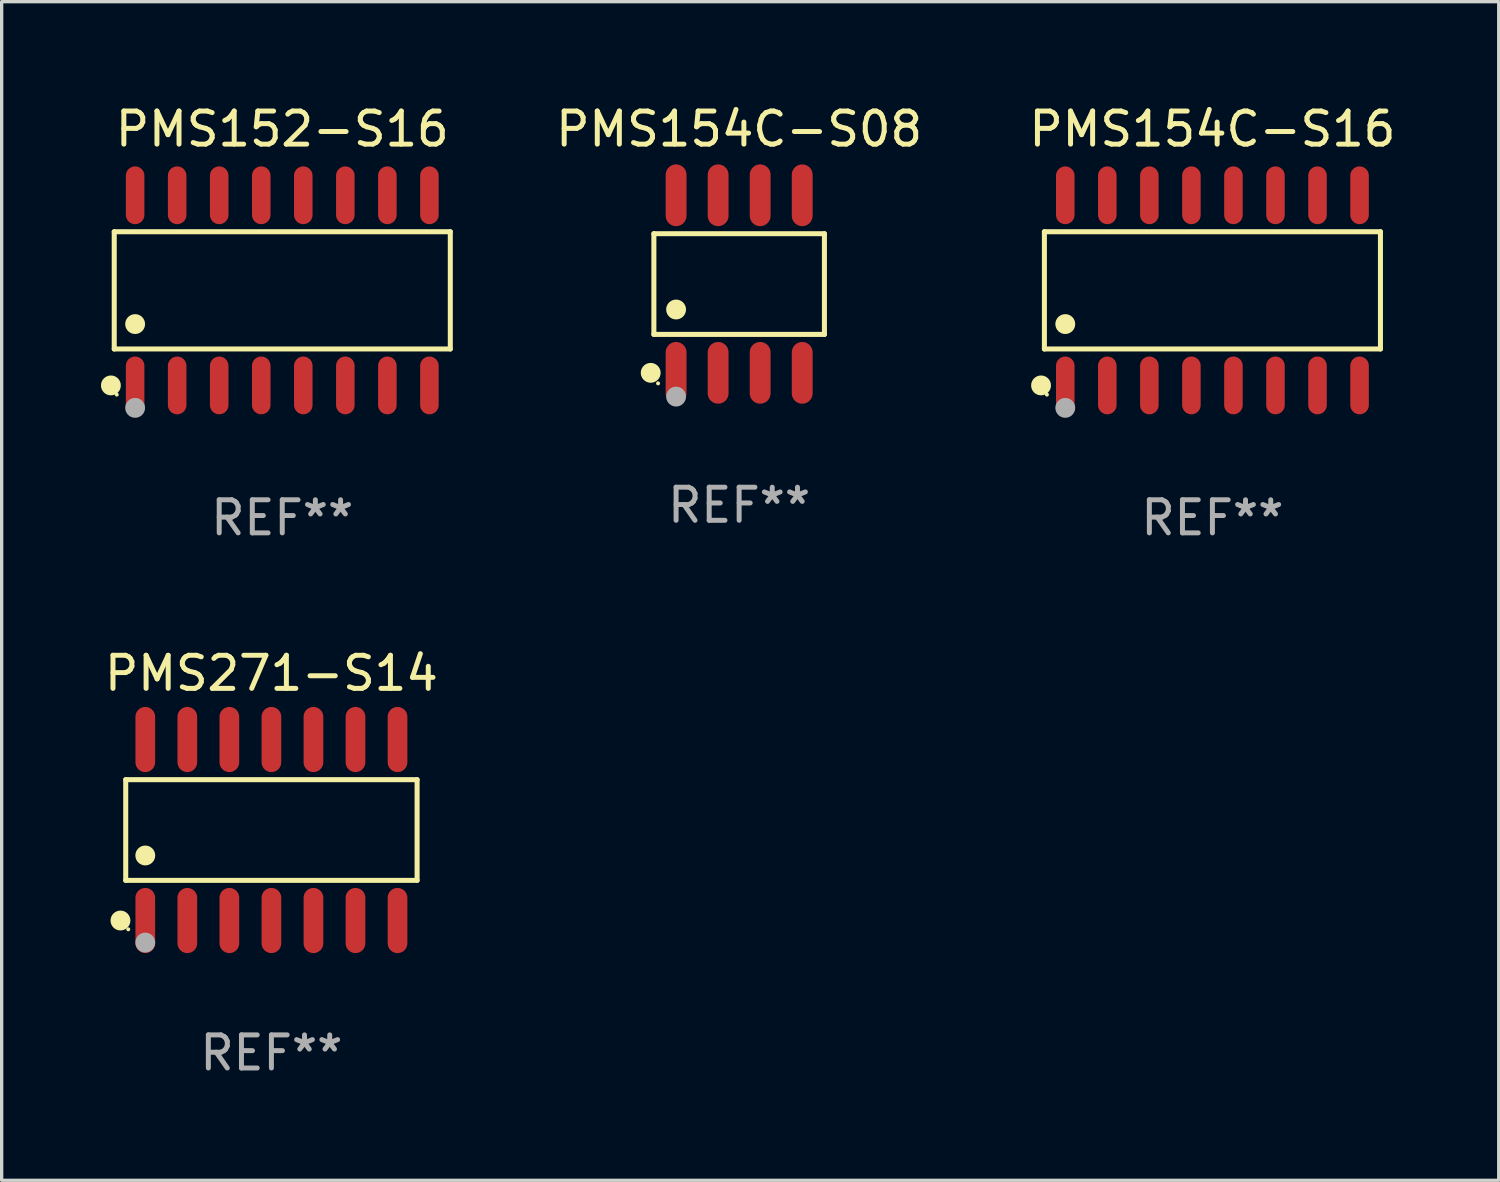
<source format=kicad_pcb>
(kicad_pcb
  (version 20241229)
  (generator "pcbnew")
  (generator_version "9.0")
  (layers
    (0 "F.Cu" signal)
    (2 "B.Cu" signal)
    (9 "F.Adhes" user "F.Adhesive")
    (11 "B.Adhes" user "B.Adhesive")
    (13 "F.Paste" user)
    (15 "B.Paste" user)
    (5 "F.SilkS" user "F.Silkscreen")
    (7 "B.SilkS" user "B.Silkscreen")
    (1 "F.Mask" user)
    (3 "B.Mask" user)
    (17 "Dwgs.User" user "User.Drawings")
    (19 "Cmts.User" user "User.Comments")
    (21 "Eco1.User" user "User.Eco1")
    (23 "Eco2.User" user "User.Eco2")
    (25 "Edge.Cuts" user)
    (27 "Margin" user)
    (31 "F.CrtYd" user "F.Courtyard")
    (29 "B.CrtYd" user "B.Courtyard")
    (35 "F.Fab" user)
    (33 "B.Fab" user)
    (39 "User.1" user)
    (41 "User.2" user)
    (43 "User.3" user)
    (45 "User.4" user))
  (footprint "PMS154C-S08"
    (layer "F.Cu")
    (at 19.279 5.531)
    (property "Reference" "PMS154C-S08" (at 0 -4.682 0) (layer "F.SilkS") (effects (font (size 1 1) (thickness 0.15))))
    (attr through_hole)
    (fp_line (start -2.576 -1.521) (end 2.576 -1.521) (stroke (width 0.152) (type solid)) (layer "F.SilkS"))
    (fp_line (start -2.576 1.521) (end -2.576 -1.521) (stroke (width 0.152) (type solid)) (layer "F.SilkS"))
    (fp_line (start 2.576 -1.521) (end 2.576 1.521) (stroke (width 0.152) (type solid)) (layer "F.SilkS"))
    (fp_line (start 2.576 1.521) (end -2.576 1.521) (stroke (width 0.152) (type solid)) (layer "F.SilkS"))
    (fp_circle (center -2.672 2.682) (end -2.522 2.682) (stroke (width 0.3) (type solid)) (fill no) (layer "F.SilkS"))
    (fp_circle (center -2.45 3) (end -2.42 3) (stroke (width 0.06) (type solid)) (fill no) (layer "F.SilkS"))
    (fp_circle (center -1.905 0.769) (end -1.755 0.769) (stroke (width 0.3) (type solid)) (fill no) (layer "F.SilkS"))
    (fp_circle (center -1.905 3.4) (end -1.755 3.4) (stroke (width 0.3) (type solid)) (fill no) (layer "F.Fab"))
    (fp_text user "REF**" (at 0 6.682 0) (layer "F.Fab") (effects (font (size 1 1) (thickness 0.15))))
    (pad "1" smd oval (at -1.905 2.682) (size 0.63 1.865) (layers "F.Cu" "F.Mask" "F.Paste"))
    (pad "2" smd oval (at -0.635 2.682) (size 0.63 1.865) (layers "F.Cu" "F.Mask" "F.Paste"))
    (pad "3" smd oval (at 0.635 2.682) (size 0.63 1.865) (layers "F.Cu" "F.Mask" "F.Paste"))
    (pad "4" smd oval (at 1.905 2.682) (size 0.63 1.865) (layers "F.Cu" "F.Mask" "F.Paste"))
    (pad "5" smd oval (at 1.905 -2.682) (size 0.63 1.865) (layers "F.Cu" "F.Mask" "F.Paste"))
    (pad "6" smd oval (at 0.635 -2.682) (size 0.63 1.865) (layers "F.Cu" "F.Mask" "F.Paste"))
    (pad "7" smd oval (at -0.635 -2.682) (size 0.63 1.865) (layers "F.Cu" "F.Mask" "F.Paste"))
    (pad "8" smd oval (at -1.905 -2.682) (size 0.63 1.865) (layers "F.Cu" "F.Mask" "F.Paste")))
  (footprint "PMS152-S16"
    (layer "F.Cu")
    (at 5.477 5.721)
    (property "Reference" "PMS152-S16" (at 0 -4.872 0) (layer "F.SilkS") (effects (font (size 1 1) (thickness 0.15))))
    (attr through_hole)
    (fp_line (start -5.076 -1.771) (end 5.076 -1.771) (stroke (width 0.152) (type solid)) (layer "F.SilkS"))
    (fp_line (start -5.076 1.771) (end -5.076 -1.771) (stroke (width 0.152) (type solid)) (layer "F.SilkS"))
    (fp_line (start 5.076 -1.771) (end 5.076 1.771) (stroke (width 0.152) (type solid)) (layer "F.SilkS"))
    (fp_line (start 5.076 1.771) (end -5.076 1.771) (stroke (width 0.152) (type solid)) (layer "F.SilkS"))
    (fp_circle (center -5.177 2.872) (end -5.027 2.872) (stroke (width 0.3) (type solid)) (fill no) (layer "F.SilkS"))
    (fp_circle (center -5 3.15) (end -4.97 3.15) (stroke (width 0.06) (type solid)) (fill no) (layer "F.SilkS"))
    (fp_circle (center -4.445 1.019) (end -4.295 1.019) (stroke (width 0.3) (type solid)) (fill no) (layer "F.SilkS"))
    (fp_circle (center -4.445 3.55) (end -4.295 3.55) (stroke (width 0.3) (type solid)) (fill no) (layer "F.Fab"))
    (fp_text user "REF**" (at 0 6.872 0) (layer "F.Fab") (effects (font (size 1 1) (thickness 0.15))))
    (pad "1" smd oval (at -4.445 2.872) (size 0.56 1.745) (layers "F.Cu" "F.Mask" "F.Paste"))
    (pad "2" smd oval (at -3.175 2.872) (size 0.56 1.745) (layers "F.Cu" "F.Mask" "F.Paste"))
    (pad "3" smd oval (at -1.905 2.872) (size 0.56 1.745) (layers "F.Cu" "F.Mask" "F.Paste"))
    (pad "4" smd oval (at -0.635 2.872) (size 0.56 1.745) (layers "F.Cu" "F.Mask" "F.Paste"))
    (pad "5" smd oval (at 0.635 2.872) (size 0.56 1.745) (layers "F.Cu" "F.Mask" "F.Paste"))
    (pad "6" smd oval (at 1.905 2.872) (size 0.56 1.745) (layers "F.Cu" "F.Mask" "F.Paste"))
    (pad "7" smd oval (at 3.175 2.872) (size 0.56 1.745) (layers "F.Cu" "F.Mask" "F.Paste"))
    (pad "8" smd oval (at 4.445 2.872) (size 0.56 1.745) (layers "F.Cu" "F.Mask" "F.Paste"))
    (pad "9" smd oval (at 4.445 -2.872) (size 0.56 1.745) (layers "F.Cu" "F.Mask" "F.Paste"))
    (pad "10" smd oval (at 3.175 -2.872) (size 0.56 1.745) (layers "F.Cu" "F.Mask" "F.Paste"))
    (pad "11" smd oval (at 1.905 -2.872) (size 0.56 1.745) (layers "F.Cu" "F.Mask" "F.Paste"))
    (pad "12" smd oval (at 0.635 -2.872) (size 0.56 1.745) (layers "F.Cu" "F.Mask" "F.Paste"))
    (pad "13" smd oval (at -0.635 -2.872) (size 0.56 1.745) (layers "F.Cu" "F.Mask" "F.Paste"))
    (pad "14" smd oval (at -1.905 -2.872) (size 0.56 1.745) (layers "F.Cu" "F.Mask" "F.Paste"))
    (pad "15" smd oval (at -3.175 -2.872) (size 0.56 1.745) (layers "F.Cu" "F.Mask" "F.Paste"))
    (pad "16" smd oval (at -4.445 -2.872) (size 0.56 1.745) (layers "F.Cu" "F.Mask" "F.Paste")))
  (footprint "PMS154C-S16"
    (layer "F.Cu")
    (at 33.576 5.721)
    (property "Reference" "PMS154C-S16" (at 0 -4.872 0) (layer "F.SilkS") (effects (font (size 1 1) (thickness 0.15))))
    (attr through_hole)
    (fp_line (start -5.076 -1.771) (end 5.076 -1.771) (stroke (width 0.152) (type solid)) (layer "F.SilkS"))
    (fp_line (start -5.076 1.771) (end -5.076 -1.771) (stroke (width 0.152) (type solid)) (layer "F.SilkS"))
    (fp_line (start 5.076 -1.771) (end 5.076 1.771) (stroke (width 0.152) (type solid)) (layer "F.SilkS"))
    (fp_line (start 5.076 1.771) (end -5.076 1.771) (stroke (width 0.152) (type solid)) (layer "F.SilkS"))
    (fp_circle (center -5.177 2.872) (end -5.027 2.872) (stroke (width 0.3) (type solid)) (fill no) (layer "F.SilkS"))
    (fp_circle (center -5 3.15) (end -4.97 3.15) (stroke (width 0.06) (type solid)) (fill no) (layer "F.SilkS"))
    (fp_circle (center -4.445 1.019) (end -4.295 1.019) (stroke (width 0.3) (type solid)) (fill no) (layer "F.SilkS"))
    (fp_circle (center -4.445 3.55) (end -4.295 3.55) (stroke (width 0.3) (type solid)) (fill no) (layer "F.Fab"))
    (fp_text user "REF**" (at 0 6.872 0) (layer "F.Fab") (effects (font (size 1 1) (thickness 0.15))))
    (pad "1" smd oval (at -4.445 2.872) (size 0.56 1.745) (layers "F.Cu" "F.Mask" "F.Paste"))
    (pad "2" smd oval (at -3.175 2.872) (size 0.56 1.745) (layers "F.Cu" "F.Mask" "F.Paste"))
    (pad "3" smd oval (at -1.905 2.872) (size 0.56 1.745) (layers "F.Cu" "F.Mask" "F.Paste"))
    (pad "4" smd oval (at -0.635 2.872) (size 0.56 1.745) (layers "F.Cu" "F.Mask" "F.Paste"))
    (pad "5" smd oval (at 0.635 2.872) (size 0.56 1.745) (layers "F.Cu" "F.Mask" "F.Paste"))
    (pad "6" smd oval (at 1.905 2.872) (size 0.56 1.745) (layers "F.Cu" "F.Mask" "F.Paste"))
    (pad "7" smd oval (at 3.175 2.872) (size 0.56 1.745) (layers "F.Cu" "F.Mask" "F.Paste"))
    (pad "8" smd oval (at 4.445 2.872) (size 0.56 1.745) (layers "F.Cu" "F.Mask" "F.Paste"))
    (pad "9" smd oval (at 4.445 -2.872) (size 0.56 1.745) (layers "F.Cu" "F.Mask" "F.Paste"))
    (pad "10" smd oval (at 3.175 -2.872) (size 0.56 1.745) (layers "F.Cu" "F.Mask" "F.Paste"))
    (pad "11" smd oval (at 1.905 -2.872) (size 0.56 1.745) (layers "F.Cu" "F.Mask" "F.Paste"))
    (pad "12" smd oval (at 0.635 -2.872) (size 0.56 1.745) (layers "F.Cu" "F.Mask" "F.Paste"))
    (pad "13" smd oval (at -0.635 -2.872) (size 0.56 1.745) (layers "F.Cu" "F.Mask" "F.Paste"))
    (pad "14" smd oval (at -1.905 -2.872) (size 0.56 1.745) (layers "F.Cu" "F.Mask" "F.Paste"))
    (pad "15" smd oval (at -3.175 -2.872) (size 0.56 1.745) (layers "F.Cu" "F.Mask" "F.Paste"))
    (pad "16" smd oval (at -4.445 -2.872) (size 0.56 1.745) (layers "F.Cu" "F.Mask" "F.Paste")))
  (footprint "PMS271-S14"
    (layer "F.Cu")
    (at 5.149 22.024)
    (property "Reference" "PMS271-S14" (at 0 -4.734 0) (layer "F.SilkS") (effects (font (size 1 1) (thickness 0.15))))
    (attr through_hole)
    (fp_line (start -4.401 -1.521) (end 4.401 -1.521) (stroke (width 0.152) (type solid)) (layer "F.SilkS"))
    (fp_line (start -4.401 1.521) (end -4.401 -1.521) (stroke (width 0.152) (type solid)) (layer "F.SilkS"))
    (fp_line (start 4.401 -1.521) (end 4.401 1.521) (stroke (width 0.152) (type solid)) (layer "F.SilkS"))
    (fp_line (start 4.401 1.521) (end -4.401 1.521) (stroke (width 0.152) (type solid)) (layer "F.SilkS"))
    (fp_circle (center -4.56 2.734) (end -4.41 2.734) (stroke (width 0.3) (type solid)) (fill no) (layer "F.SilkS"))
    (fp_circle (center -4.325 3) (end -4.295 3) (stroke (width 0.06) (type solid)) (fill no) (layer "F.SilkS"))
    (fp_circle (center -3.81 0.769) (end -3.66 0.769) (stroke (width 0.3) (type solid)) (fill no) (layer "F.SilkS"))
    (fp_circle (center -3.81 3.4) (end -3.66 3.4) (stroke (width 0.3) (type solid)) (fill no) (layer "F.Fab"))
    (fp_text user "REF**" (at 0 6.734 0) (layer "F.Fab") (effects (font (size 1 1) (thickness 0.15))))
    (pad "1" smd oval (at -3.81 2.734) (size 0.595 1.968) (layers "F.Cu" "F.Mask" "F.Paste"))
    (pad "2" smd oval (at -2.54 2.734) (size 0.595 1.968) (layers "F.Cu" "F.Mask" "F.Paste"))
    (pad "3" smd oval (at -1.27 2.734) (size 0.595 1.968) (layers "F.Cu" "F.Mask" "F.Paste"))
    (pad "4" smd oval (at 0 2.734) (size 0.595 1.968) (layers "F.Cu" "F.Mask" "F.Paste"))
    (pad "5" smd oval (at 1.27 2.734) (size 0.595 1.968) (layers "F.Cu" "F.Mask" "F.Paste"))
    (pad "6" smd oval (at 2.54 2.734) (size 0.595 1.968) (layers "F.Cu" "F.Mask" "F.Paste"))
    (pad "7" smd oval (at 3.81 2.734) (size 0.595 1.968) (layers "F.Cu" "F.Mask" "F.Paste"))
    (pad "8" smd oval (at 3.81 -2.734) (size 0.595 1.968) (layers "F.Cu" "F.Mask" "F.Paste"))
    (pad "9" smd oval (at 2.54 -2.734) (size 0.595 1.968) (layers "F.Cu" "F.Mask" "F.Paste"))
    (pad "10" smd oval (at 1.27 -2.734) (size 0.595 1.968) (layers "F.Cu" "F.Mask" "F.Paste"))
    (pad "11" smd oval (at 0 -2.734) (size 0.595 1.968) (layers "F.Cu" "F.Mask" "F.Paste"))
    (pad "12" smd oval (at -1.27 -2.734) (size 0.595 1.968) (layers "F.Cu" "F.Mask" "F.Paste"))
    (pad "13" smd oval (at -2.54 -2.734) (size 0.595 1.968) (layers "F.Cu" "F.Mask" "F.Paste"))
    (pad "14" smd oval (at -3.81 -2.734) (size 0.595 1.968) (layers "F.Cu" "F.Mask" "F.Paste")))
  (gr_rect
    (start -3 -3)
    (end 42.225 32.606)
    (stroke (width 0.1) (type default))
    (fill no)
    (layer "Edge.Cuts")))
</source>
